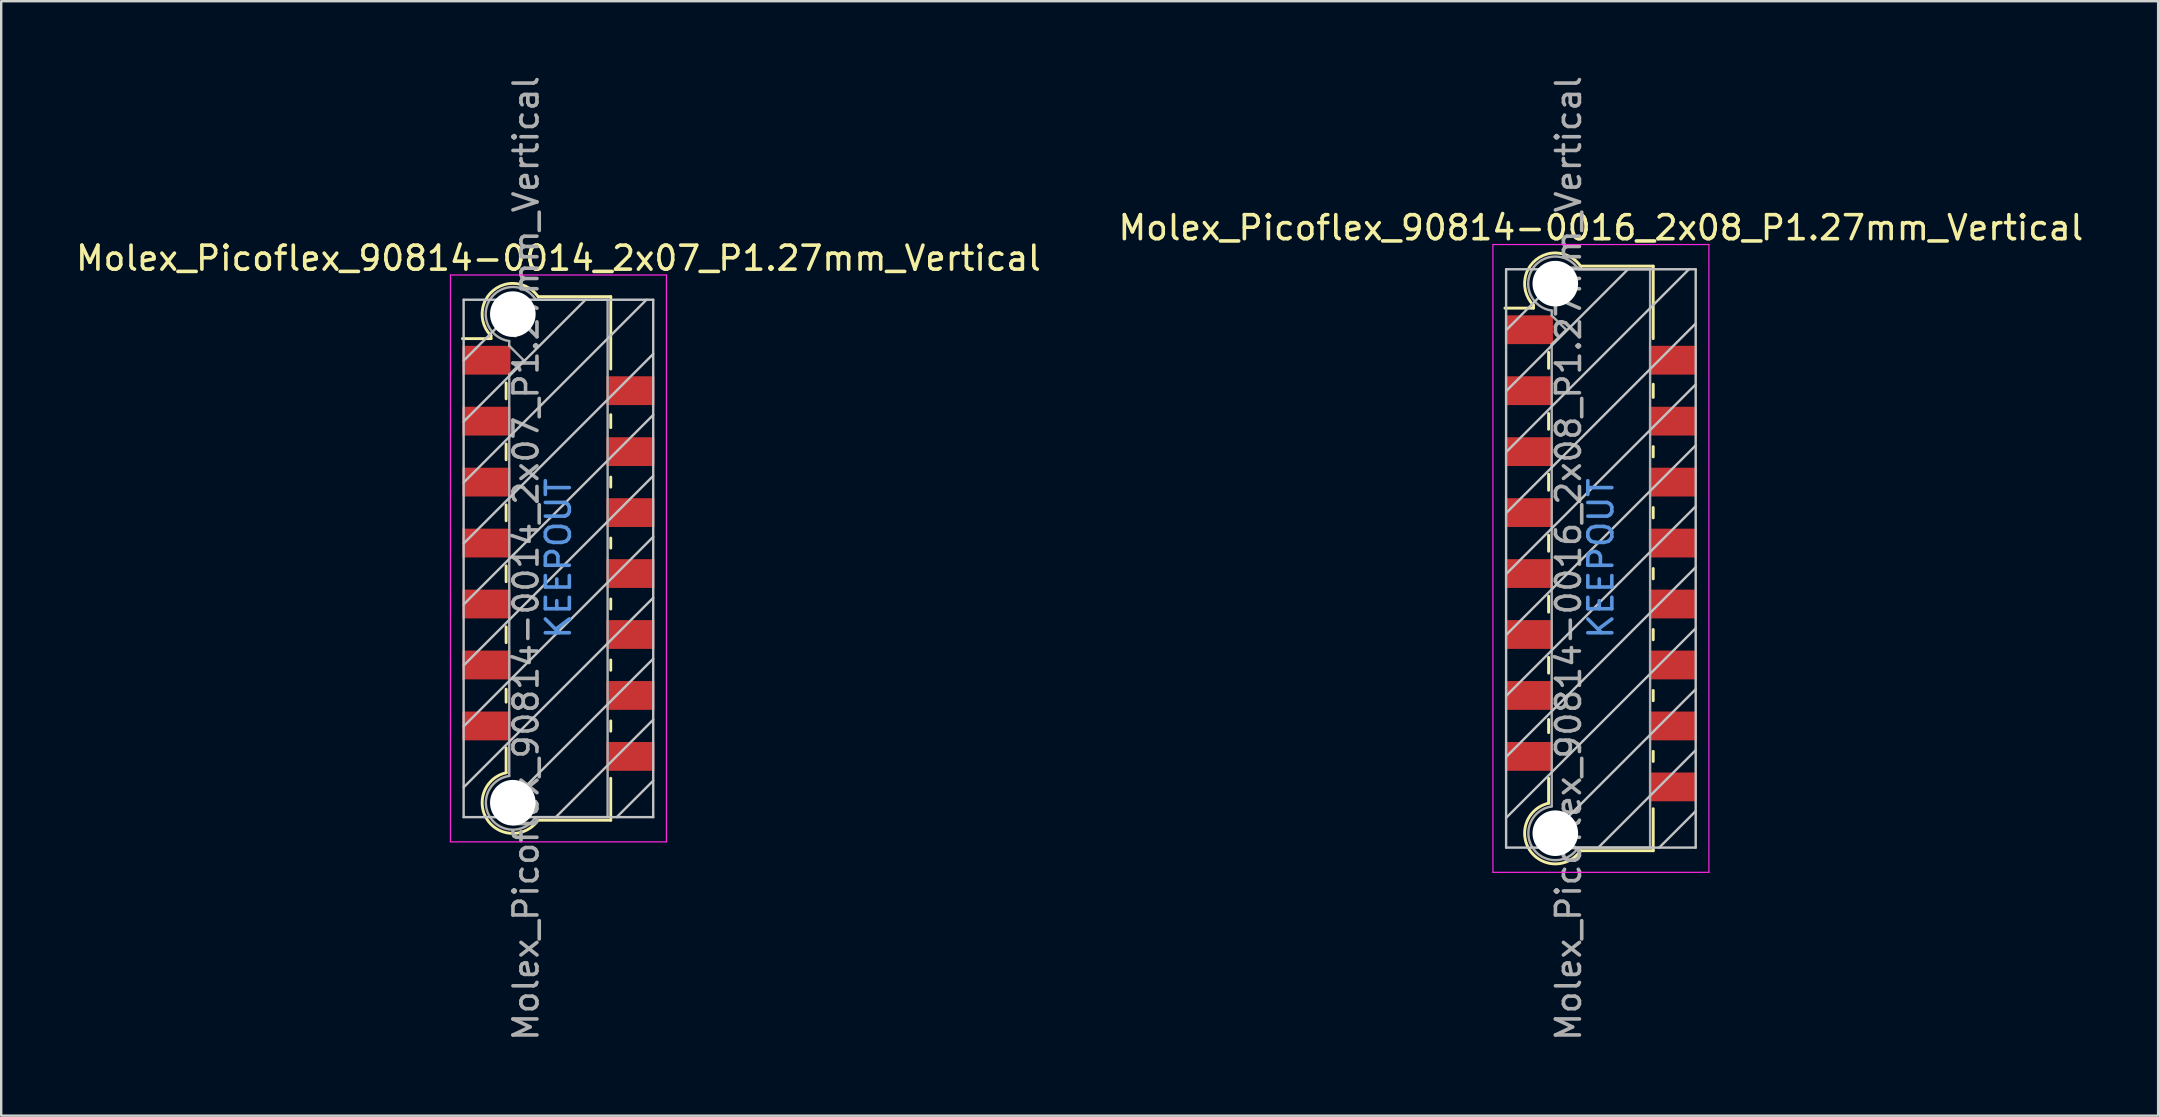
<source format=kicad_pcb>
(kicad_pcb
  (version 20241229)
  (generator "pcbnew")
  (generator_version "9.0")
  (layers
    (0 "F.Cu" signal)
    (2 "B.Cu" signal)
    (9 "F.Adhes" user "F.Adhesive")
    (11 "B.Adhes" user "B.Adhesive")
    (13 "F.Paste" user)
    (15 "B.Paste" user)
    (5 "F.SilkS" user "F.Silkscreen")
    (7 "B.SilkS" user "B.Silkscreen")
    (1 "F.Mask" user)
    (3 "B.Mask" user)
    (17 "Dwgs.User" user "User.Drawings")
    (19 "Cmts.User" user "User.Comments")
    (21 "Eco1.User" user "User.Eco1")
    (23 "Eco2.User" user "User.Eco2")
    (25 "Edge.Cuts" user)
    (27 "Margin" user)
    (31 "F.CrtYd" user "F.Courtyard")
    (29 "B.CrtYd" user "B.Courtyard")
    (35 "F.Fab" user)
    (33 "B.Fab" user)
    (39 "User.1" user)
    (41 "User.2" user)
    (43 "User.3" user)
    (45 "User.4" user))
  (footprint "Molex_Picoflex_90814-0014_2x07_P1.27mm_Vertical"
    (layer "F.Cu")
    (at 20.22 20.22)
    (property "Reference" "Molex_Picoflex_90814-0014_2x07_P1.27mm_Vertical" (at 0 -12.51 0) (layer "F.SilkS") (effects (font (size 1 1) (thickness 0.15))))
    (attr smd)
    (fp_line (start -2.81 -9.28) (end -2.81 -9.16) (stroke (width 0.12) (type solid)) (layer "F.SilkS"))
    (fp_line (start -2.81 -9.16) (end -4 -9.16) (stroke (width 0.12) (type solid)) (layer "F.SilkS"))
    (fp_line (start -2.18 -6.65) (end -2.18 -7.31) (stroke (width 0.12) (type solid)) (layer "F.SilkS"))
    (fp_line (start -2.18 -4.11) (end -2.18 -4.77) (stroke (width 0.12) (type solid)) (layer "F.SilkS"))
    (fp_line (start -2.18 -1.57) (end -2.18 -2.23) (stroke (width 0.12) (type solid)) (layer "F.SilkS"))
    (fp_line (start -2.18 0.97) (end -2.18 0.31) (stroke (width 0.12) (type solid)) (layer "F.SilkS"))
    (fp_line (start -2.18 3.51) (end -2.18 2.85) (stroke (width 0.12) (type solid)) (layer "F.SilkS"))
    (fp_line (start -2.18 5.99) (end -2.18 5.45) (stroke (width 0.12) (type solid)) (layer "F.SilkS"))
    (fp_line (start -2.18 8.93) (end -2.18 7.89) (stroke (width 0.12) (type solid)) (layer "F.SilkS"))
    (fp_line (start 2.18 -10.91) (end -0.82 -10.91) (stroke (width 0.12) (type solid)) (layer "F.SilkS"))
    (fp_line (start 2.18 -10.91) (end 2.18 -7.89) (stroke (width 0.12) (type solid)) (layer "F.SilkS"))
    (fp_line (start 2.18 -5.99) (end 2.18 -5.45) (stroke (width 0.12) (type solid)) (layer "F.SilkS"))
    (fp_line (start 2.18 -3.39) (end 2.18 -2.97) (stroke (width 0.12) (type solid)) (layer "F.SilkS"))
    (fp_line (start 2.18 -0.85) (end 2.18 -0.43) (stroke (width 0.12) (type solid)) (layer "F.SilkS"))
    (fp_line (start 2.18 1.69) (end 2.18 2.11) (stroke (width 0.12) (type solid)) (layer "F.SilkS"))
    (fp_line (start 2.18 4.23) (end 2.18 4.66) (stroke (width 0.12) (type solid)) (layer "F.SilkS"))
    (fp_line (start 2.18 6.77) (end 2.18 7.2) (stroke (width 0.12) (type solid)) (layer "F.SilkS"))
    (fp_line (start 2.18 9.16) (end 2.18 10.91) (stroke (width 0.12) (type solid)) (layer "F.SilkS"))
    (fp_line (start 2.18 10.91) (end -0.85 10.91) (stroke (width 0.12) (type solid)) (layer "F.SilkS"))
    (fp_arc (start -2.81 -9.28) (mid -2.708637 -11.172072) (end -0.834991 -10.889828) (stroke (width 0.12) (type solid)) (layer "F.SilkS"))
    (fp_arc (start -0.85 10.91) (mid -2.962791 10.891249) (end -2.174424 8.930964) (stroke (width 0.12) (type solid)) (layer "F.SilkS"))
    (fp_line (start -3.95 -10.78) (end -3.95 10.78) (stroke (width 0.1) (type solid)) (layer "Dwgs.User"))
    (fp_line (start -3.95 -8.24) (end -1.41 -10.78) (stroke (width 0.1) (type solid)) (layer "Dwgs.User"))
    (fp_line (start -3.95 -5.7) (end 1.13 -10.78) (stroke (width 0.1) (type solid)) (layer "Dwgs.User"))
    (fp_line (start -3.95 -3.16) (end 3.67 -10.78) (stroke (width 0.1) (type solid)) (layer "Dwgs.User"))
    (fp_line (start -3.95 -0.62) (end 3.95 -8.52) (stroke (width 0.1) (type solid)) (layer "Dwgs.User"))
    (fp_line (start -3.95 1.92) (end 3.95 -5.98) (stroke (width 0.1) (type solid)) (layer "Dwgs.User"))
    (fp_line (start -3.95 4.46) (end 3.95 -3.44) (stroke (width 0.1) (type solid)) (layer "Dwgs.User"))
    (fp_line (start -3.95 7) (end 3.95 -0.9) (stroke (width 0.1) (type solid)) (layer "Dwgs.User"))
    (fp_line (start -3.95 9.54) (end 3.95 1.64) (stroke (width 0.1) (type solid)) (layer "Dwgs.User"))
    (fp_line (start -3.95 10.78) (end 3.95 10.78) (stroke (width 0.1) (type solid)) (layer "Dwgs.User"))
    (fp_line (start -2.65 10.78) (end 3.95 4.18) (stroke (width 0.1) (type solid)) (layer "Dwgs.User"))
    (fp_line (start -0.11 10.78) (end 3.95 6.72) (stroke (width 0.1) (type solid)) (layer "Dwgs.User"))
    (fp_line (start 2.43 10.78) (end 3.95 9.26) (stroke (width 0.1) (type solid)) (layer "Dwgs.User"))
    (fp_line (start 3.95 -10.78) (end -3.95 -10.78) (stroke (width 0.1) (type solid)) (layer "Dwgs.User"))
    (fp_line (start 3.95 10.78) (end 3.95 -10.78) (stroke (width 0.1) (type solid)) (layer "Dwgs.User"))
    (fp_line (start -4.5 -11.81) (end -4.5 11.81) (stroke (width 0.05) (type solid)) (layer "F.CrtYd"))
    (fp_line (start -4.5 11.81) (end 4.5 11.81) (stroke (width 0.05) (type solid)) (layer "F.CrtYd"))
    (fp_line (start 4.5 -11.81) (end -4.5 -11.81) (stroke (width 0.05) (type solid)) (layer "F.CrtYd"))
    (fp_line (start 4.5 11.81) (end 4.5 -11.81) (stroke (width 0.05) (type solid)) (layer "F.CrtYd"))
    (fp_line (start -2.05 -8.86) (end -2.05 -9.06) (stroke (width 0.1) (type solid)) (layer "F.Fab"))
    (fp_line (start -2.05 -7.66) (end -1.45 -8.26) (stroke (width 0.1) (type solid)) (layer "F.Fab"))
    (fp_line (start -2.05 9.06) (end -2.05 -7.66) (stroke (width 0.1) (type solid)) (layer "F.Fab"))
    (fp_line (start -1.45 -8.26) (end -2.05 -8.86) (stroke (width 0.1) (type solid)) (layer "F.Fab"))
    (fp_line (start 2.05 -10.78) (end -0.93 -10.78) (stroke (width 0.1) (type solid)) (layer "F.Fab"))
    (fp_line (start 2.05 -10.78) (end 2.05 10.78) (stroke (width 0.1) (type solid)) (layer "F.Fab"))
    (fp_line (start 2.05 10.78) (end -0.95 10.78) (stroke (width 0.1) (type solid)) (layer "F.Fab"))
    (fp_arc (start -2.05 -9.06) (mid -2.851672 -10.789279) (end -0.945612 -10.785015) (stroke (width 0.1) (type solid)) (layer "F.Fab"))
    (fp_arc (start -0.95 10.78) (mid -2.845272 10.787421) (end -2.051022 9.066585) (stroke (width 0.1) (type solid)) (layer "F.Fab"))
    (fp_text user "KEEPOUT" (at 0 0 90) (layer "Cmts.User") (effects (font (size 1 1) (thickness 0.15))))
    (fp_text user "${REFERENCE}" (at -1.35 0 90) (layer "F.Fab") (effects (font (size 1 1) (thickness 0.15))))
    (pad "" np_thru_hole circle (at -1.9 -10.18) (size 1.9 1.9) (drill 1.9) (layers "*.Cu" "*.Mask"))
    (pad "" np_thru_hole circle (at -1.9 10.18) (size 1.9 1.9) (drill 1.9) (layers "*.Cu" "*.Mask"))
    (pad "1" smd rect (at -3 -8.26) (size 2 1.2) (layers "F.Cu" "F.Mask" "F.Paste"))
    (pad "2" smd rect (at 3 -6.99) (size 2 1.2) (layers "F.Cu" "F.Mask" "F.Paste"))
    (pad "3" smd rect (at -3 -5.72) (size 2 1.2) (layers "F.Cu" "F.Mask" "F.Paste"))
    (pad "4" smd rect (at 3 -4.45) (size 2 1.2) (layers "F.Cu" "F.Mask" "F.Paste"))
    (pad "5" smd rect (at -3 -3.18) (size 2 1.2) (layers "F.Cu" "F.Mask" "F.Paste"))
    (pad "6" smd rect (at 3 -1.91) (size 2 1.2) (layers "F.Cu" "F.Mask" "F.Paste"))
    (pad "7" smd rect (at -3 -0.64) (size 2 1.2) (layers "F.Cu" "F.Mask" "F.Paste"))
    (pad "8" smd rect (at 3 0.63) (size 2 1.2) (layers "F.Cu" "F.Mask" "F.Paste"))
    (pad "9" smd rect (at -3 1.9) (size 2 1.2) (layers "F.Cu" "F.Mask" "F.Paste"))
    (pad "10" smd rect (at 3 3.17) (size 2 1.2) (layers "F.Cu" "F.Mask" "F.Paste"))
    (pad "11" smd rect (at -3 4.44) (size 2 1.2) (layers "F.Cu" "F.Mask" "F.Paste"))
    (pad "12" smd rect (at 3 5.71) (size 2 1.2) (layers "F.Cu" "F.Mask" "F.Paste"))
    (pad "13" smd rect (at -3 6.98) (size 2 1.2) (layers "F.Cu" "F.Mask" "F.Paste"))
    (pad "14" smd rect (at 3 8.25) (size 2 1.2) (layers "F.Cu" "F.Mask" "F.Paste")))
  (footprint "Molex_Picoflex_90814-0016_2x08_P1.27mm_Vertical"
    (layer "F.Cu")
    (at 63.661 20.22)
    (property "Reference" "Molex_Picoflex_90814-0016_2x08_P1.27mm_Vertical" (at 0 -13.78 0) (layer "F.SilkS") (effects (font (size 1 1) (thickness 0.15))))
    (attr smd)
    (fp_line (start -2.81 -10.55) (end -2.81 -10.43) (stroke (width 0.12) (type solid)) (layer "F.SilkS"))
    (fp_line (start -2.81 -10.43) (end -4 -10.43) (stroke (width 0.12) (type solid)) (layer "F.SilkS"))
    (fp_line (start -2.18 -7.92) (end -2.18 -8.59) (stroke (width 0.12) (type solid)) (layer "F.SilkS"))
    (fp_line (start -2.18 -5.38) (end -2.18 -6.04) (stroke (width 0.12) (type solid)) (layer "F.SilkS"))
    (fp_line (start -2.18 -2.84) (end -2.18 -3.51) (stroke (width 0.12) (type solid)) (layer "F.SilkS"))
    (fp_line (start -2.18 -0.3) (end -2.18 -0.97) (stroke (width 0.12) (type solid)) (layer "F.SilkS"))
    (fp_line (start -2.18 2.24) (end -2.18 1.57) (stroke (width 0.12) (type solid)) (layer "F.SilkS"))
    (fp_line (start -2.18 4.78) (end -2.18 4.12) (stroke (width 0.12) (type solid)) (layer "F.SilkS"))
    (fp_line (start -2.18 7.26) (end -2.18 6.71) (stroke (width 0.12) (type solid)) (layer "F.SilkS"))
    (fp_line (start -2.18 10.2) (end -2.18 9.16) (stroke (width 0.12) (type solid)) (layer "F.SilkS"))
    (fp_line (start 2.18 -12.18) (end -0.82 -12.18) (stroke (width 0.12) (type solid)) (layer "F.SilkS"))
    (fp_line (start 2.18 -12.18) (end 2.18 -9.16) (stroke (width 0.12) (type solid)) (layer "F.SilkS"))
    (fp_line (start 2.18 -7.26) (end 2.18 -6.71) (stroke (width 0.12) (type solid)) (layer "F.SilkS"))
    (fp_line (start 2.18 -4.66) (end 2.18 -4.23) (stroke (width 0.12) (type solid)) (layer "F.SilkS"))
    (fp_line (start 2.18 -2.12) (end 2.18 -1.69) (stroke (width 0.12) (type solid)) (layer "F.SilkS"))
    (fp_line (start 2.18 0.42) (end 2.18 0.85) (stroke (width 0.12) (type solid)) (layer "F.SilkS"))
    (fp_line (start 2.18 2.96) (end 2.18 3.39) (stroke (width 0.12) (type solid)) (layer "F.SilkS"))
    (fp_line (start 2.18 5.5) (end 2.18 5.93) (stroke (width 0.12) (type solid)) (layer "F.SilkS"))
    (fp_line (start 2.18 8.04) (end 2.18 8.46) (stroke (width 0.12) (type solid)) (layer "F.SilkS"))
    (fp_line (start 2.18 10.43) (end 2.18 12.18) (stroke (width 0.12) (type solid)) (layer "F.SilkS"))
    (fp_line (start 2.18 12.18) (end -0.85 12.18) (stroke (width 0.12) (type solid)) (layer "F.SilkS"))
    (fp_arc (start -2.81 -10.55) (mid -2.708637 -12.442072) (end -0.834991 -12.159828) (stroke (width 0.12) (type solid)) (layer "F.SilkS"))
    (fp_arc (start -0.85 12.18) (mid -2.962791 12.161249) (end -2.174424 10.200964) (stroke (width 0.12) (type solid)) (layer "F.SilkS"))
    (fp_line (start -3.95 -12.05) (end -3.95 12.05) (stroke (width 0.1) (type solid)) (layer "Dwgs.User"))
    (fp_line (start -3.95 -9.51) (end -1.41 -12.05) (stroke (width 0.1) (type solid)) (layer "Dwgs.User"))
    (fp_line (start -3.95 -6.97) (end 1.13 -12.05) (stroke (width 0.1) (type solid)) (layer "Dwgs.User"))
    (fp_line (start -3.95 -4.43) (end 3.67 -12.05) (stroke (width 0.1) (type solid)) (layer "Dwgs.User"))
    (fp_line (start -3.95 -1.89) (end 3.95 -9.79) (stroke (width 0.1) (type solid)) (layer "Dwgs.User"))
    (fp_line (start -3.95 0.65) (end 3.95 -7.25) (stroke (width 0.1) (type solid)) (layer "Dwgs.User"))
    (fp_line (start -3.95 3.19) (end 3.95 -4.71) (stroke (width 0.1) (type solid)) (layer "Dwgs.User"))
    (fp_line (start -3.95 5.73) (end 3.95 -2.17) (stroke (width 0.1) (type solid)) (layer "Dwgs.User"))
    (fp_line (start -3.95 8.27) (end 3.95 0.37) (stroke (width 0.1) (type solid)) (layer "Dwgs.User"))
    (fp_line (start -3.95 10.81) (end 3.95 2.91) (stroke (width 0.1) (type solid)) (layer "Dwgs.User"))
    (fp_line (start -3.95 12.05) (end 3.95 12.05) (stroke (width 0.1) (type solid)) (layer "Dwgs.User"))
    (fp_line (start -2.65 12.05) (end 3.95 5.45) (stroke (width 0.1) (type solid)) (layer "Dwgs.User"))
    (fp_line (start -0.11 12.05) (end 3.95 7.99) (stroke (width 0.1) (type solid)) (layer "Dwgs.User"))
    (fp_line (start 2.43 12.05) (end 3.95 10.53) (stroke (width 0.1) (type solid)) (layer "Dwgs.User"))
    (fp_line (start 3.95 -12.05) (end -3.95 -12.05) (stroke (width 0.1) (type solid)) (layer "Dwgs.User"))
    (fp_line (start 3.95 12.05) (end 3.95 -12.05) (stroke (width 0.1) (type solid)) (layer "Dwgs.User"))
    (fp_line (start -4.5 -13.08) (end -4.5 13.08) (stroke (width 0.05) (type solid)) (layer "F.CrtYd"))
    (fp_line (start -4.5 13.08) (end 4.5 13.08) (stroke (width 0.05) (type solid)) (layer "F.CrtYd"))
    (fp_line (start 4.5 -13.08) (end -4.5 -13.08) (stroke (width 0.05) (type solid)) (layer "F.CrtYd"))
    (fp_line (start 4.5 13.08) (end 4.5 -13.08) (stroke (width 0.05) (type solid)) (layer "F.CrtYd"))
    (fp_line (start -2.05 -10.12) (end -2.05 -10.33) (stroke (width 0.1) (type solid)) (layer "F.Fab"))
    (fp_line (start -2.05 -8.93) (end -1.45 -9.53) (stroke (width 0.1) (type solid)) (layer "F.Fab"))
    (fp_line (start -2.05 10.33) (end -2.05 -8.93) (stroke (width 0.1) (type solid)) (layer "F.Fab"))
    (fp_line (start -1.45 -9.53) (end -2.05 -10.12) (stroke (width 0.1) (type solid)) (layer "F.Fab"))
    (fp_line (start 2.05 -12.05) (end -0.93 -12.05) (stroke (width 0.1) (type solid)) (layer "F.Fab"))
    (fp_line (start 2.05 -12.05) (end 2.05 12.05) (stroke (width 0.1) (type solid)) (layer "F.Fab"))
    (fp_line (start 2.05 12.05) (end -0.95 12.05) (stroke (width 0.1) (type solid)) (layer "F.Fab"))
    (fp_arc (start -2.05 -10.33) (mid -2.851672 -12.059279) (end -0.945612 -12.055015) (stroke (width 0.1) (type solid)) (layer "F.Fab"))
    (fp_arc (start -0.95 12.05) (mid -2.845272 12.057421) (end -2.051022 10.336585) (stroke (width 0.1) (type solid)) (layer "F.Fab"))
    (fp_text user "KEEPOUT" (at 0 0 90) (layer "Cmts.User") (effects (font (size 1 1) (thickness 0.15))))
    (fp_text user "${REFERENCE}" (at -1.35 0 90) (layer "F.Fab") (effects (font (size 1 1) (thickness 0.15))))
    (pad "" np_thru_hole circle (at -1.9 -11.45) (size 1.9 1.9) (drill 1.9) (layers "*.Cu" "*.Mask"))
    (pad "" np_thru_hole circle (at -1.9 11.45) (size 1.9 1.9) (drill 1.9) (layers "*.Cu" "*.Mask"))
    (pad "1" smd rect (at -3 -9.53) (size 2 1.2) (layers "F.Cu" "F.Mask" "F.Paste"))
    (pad "2" smd rect (at 3 -8.26) (size 2 1.2) (layers "F.Cu" "F.Mask" "F.Paste"))
    (pad "3" smd rect (at -3 -6.99) (size 2 1.2) (layers "F.Cu" "F.Mask" "F.Paste"))
    (pad "4" smd rect (at 3 -5.72) (size 2 1.2) (layers "F.Cu" "F.Mask" "F.Paste"))
    (pad "5" smd rect (at -3 -4.45) (size 2 1.2) (layers "F.Cu" "F.Mask" "F.Paste"))
    (pad "6" smd rect (at 3 -3.18) (size 2 1.2) (layers "F.Cu" "F.Mask" "F.Paste"))
    (pad "7" smd rect (at -3 -1.91) (size 2 1.2) (layers "F.Cu" "F.Mask" "F.Paste"))
    (pad "8" smd rect (at 3 -0.64) (size 2 1.2) (layers "F.Cu" "F.Mask" "F.Paste"))
    (pad "9" smd rect (at -3 0.63) (size 2 1.2) (layers "F.Cu" "F.Mask" "F.Paste"))
    (pad "10" smd rect (at 3 1.9) (size 2 1.2) (layers "F.Cu" "F.Mask" "F.Paste"))
    (pad "11" smd rect (at -3 3.17) (size 2 1.2) (layers "F.Cu" "F.Mask" "F.Paste"))
    (pad "12" smd rect (at 3 4.44) (size 2 1.2) (layers "F.Cu" "F.Mask" "F.Paste"))
    (pad "13" smd rect (at -3 5.71) (size 2 1.2) (layers "F.Cu" "F.Mask" "F.Paste"))
    (pad "14" smd rect (at 3 6.98) (size 2 1.2) (layers "F.Cu" "F.Mask" "F.Paste"))
    (pad "15" smd rect (at -3 8.25) (size 2 1.2) (layers "F.Cu" "F.Mask" "F.Paste"))
    (pad "16" smd rect (at 3 9.52) (size 2 1.2) (layers "F.Cu" "F.Mask" "F.Paste")))
  (gr_rect
    (start -3 -3)
    (end 86.881 43.44)
    (stroke (width 0.1) (type default))
    (fill no)
    (layer "Edge.Cuts")))
</source>
